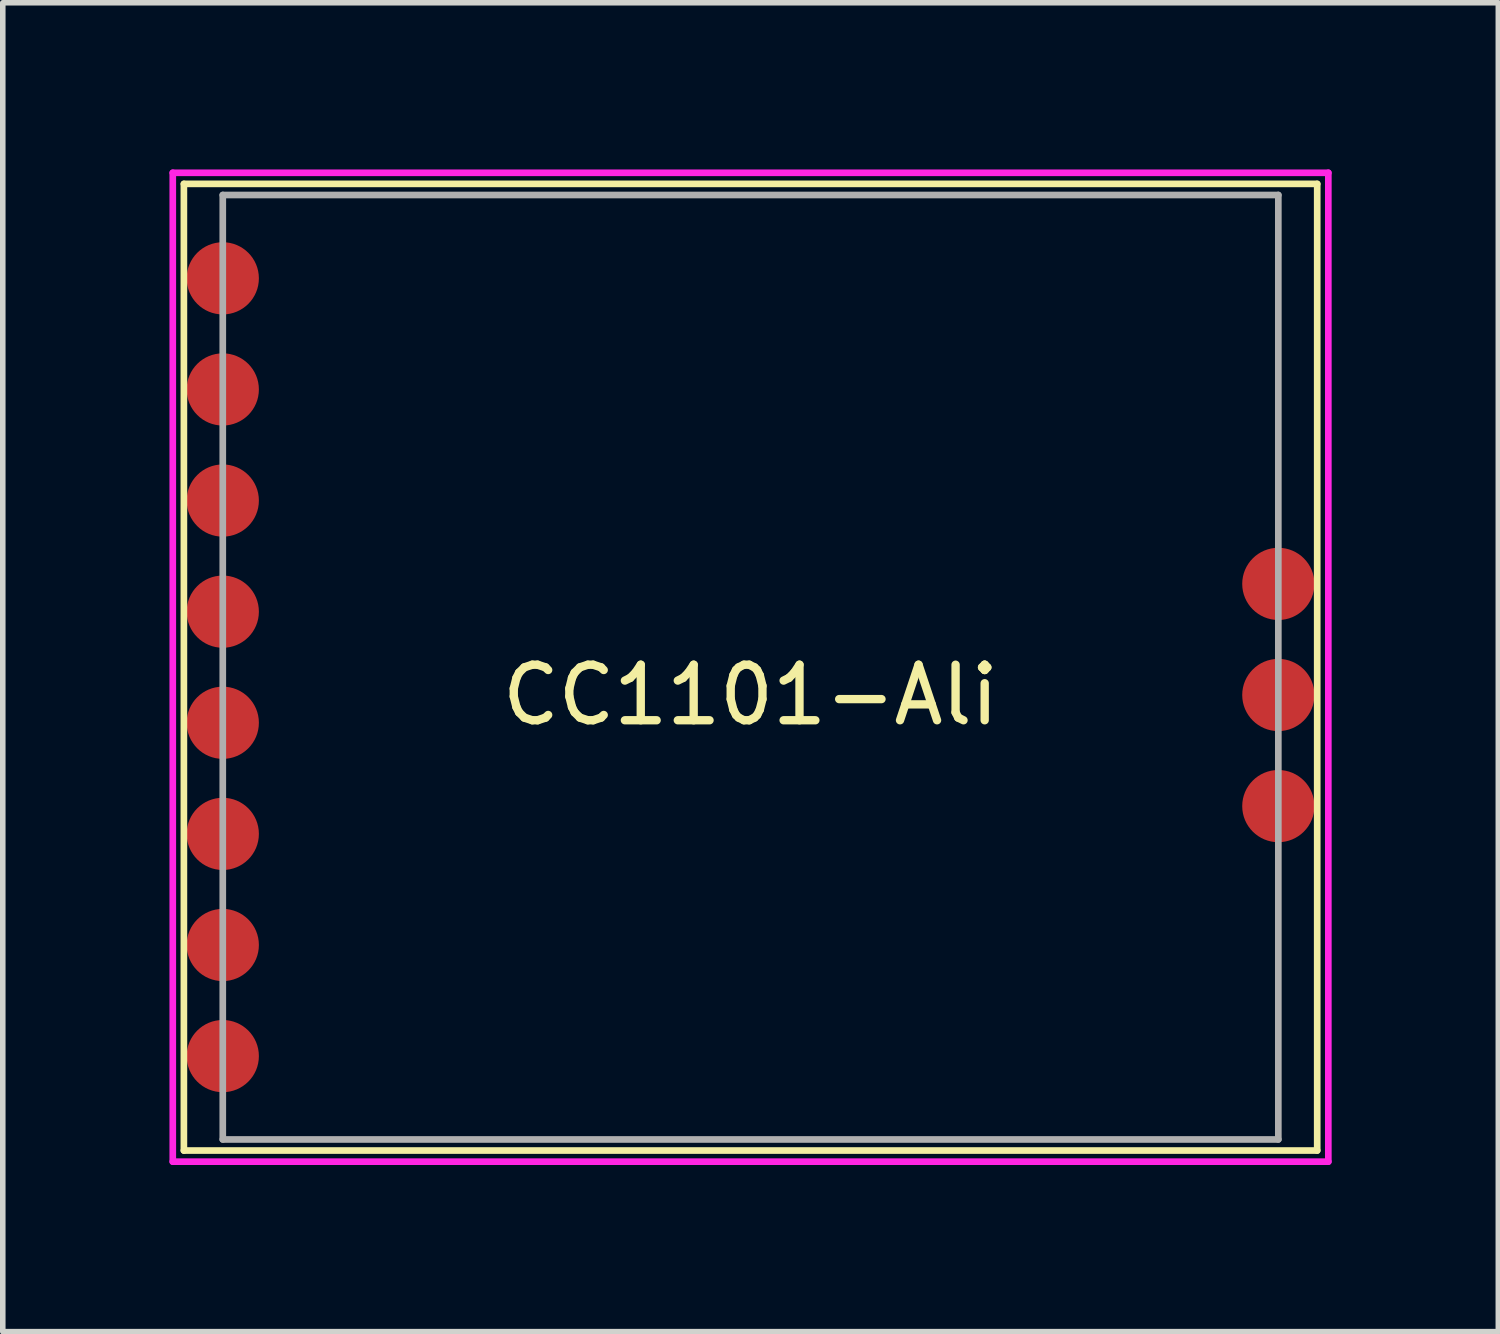
<source format=kicad_pcb>
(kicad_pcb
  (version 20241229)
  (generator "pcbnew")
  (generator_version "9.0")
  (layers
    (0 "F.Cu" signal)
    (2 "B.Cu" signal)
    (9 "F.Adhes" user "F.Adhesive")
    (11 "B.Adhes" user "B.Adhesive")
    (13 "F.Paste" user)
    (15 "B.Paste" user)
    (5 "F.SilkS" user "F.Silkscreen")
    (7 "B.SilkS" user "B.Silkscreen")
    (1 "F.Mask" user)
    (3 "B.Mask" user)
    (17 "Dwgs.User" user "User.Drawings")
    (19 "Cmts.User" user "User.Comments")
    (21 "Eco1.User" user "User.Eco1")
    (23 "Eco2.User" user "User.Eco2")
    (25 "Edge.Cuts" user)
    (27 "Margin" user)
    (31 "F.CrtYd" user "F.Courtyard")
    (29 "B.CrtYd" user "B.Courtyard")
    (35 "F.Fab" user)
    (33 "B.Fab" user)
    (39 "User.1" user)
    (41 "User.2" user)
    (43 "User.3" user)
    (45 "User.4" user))
  (footprint "CC1101-Ali"
    (layer "F.Cu")
    (at 10.46 8.96)
    (property "Reference" "CC1101-Ali" (at 0 0.5 0) (layer "F.SilkS") (effects (font (size 1 1) (thickness 0.15))))
    (attr through_hole)
    (fp_line (start -10.2 -8.7) (end 10.2 -8.7) (stroke (width 0.12) (type solid)) (layer "F.SilkS"))
    (fp_line (start -10.2 8.7) (end -10.2 -8.7) (stroke (width 0.12) (type solid)) (layer "F.SilkS"))
    (fp_line (start 10.2 -8.7) (end 10.2 8.7) (stroke (width 0.12) (type solid)) (layer "F.SilkS"))
    (fp_line (start 10.2 8.7) (end -10.2 8.7) (stroke (width 0.12) (type solid)) (layer "F.SilkS"))
    (fp_line (start -10.4 -8.9) (end 10.4 -8.9) (stroke (width 0.12) (type solid)) (layer "F.CrtYd"))
    (fp_line (start -10.4 8.9) (end -10.4 -8.9) (stroke (width 0.12) (type solid)) (layer "F.CrtYd"))
    (fp_line (start 10.4 -8.9) (end 10.4 8.9) (stroke (width 0.12) (type solid)) (layer "F.CrtYd"))
    (fp_line (start 10.4 8.9) (end -10.4 8.9) (stroke (width 0.12) (type solid)) (layer "F.CrtYd"))
    (fp_line (start -9.5 -8.5) (end 9.5 -8.5) (stroke (width 0.12) (type solid)) (layer "F.Fab"))
    (fp_line (start -9.5 8.5) (end -9.5 -8.5) (stroke (width 0.12) (type solid)) (layer "F.Fab"))
    (fp_line (start 9.5 -8.5) (end 9.5 8.5) (stroke (width 0.12) (type solid)) (layer "F.Fab"))
    (fp_line (start 9.5 8.5) (end -9.5 8.5) (stroke (width 0.12) (type solid)) (layer "F.Fab"))
    (pad "1" smd circle (at -9.5 -7) (size 1.3 1.3) (layers "F.Cu" "F.Mask" "F.Paste"))
    (pad "2" smd circle (at -9.5 -5) (size 1.3 1.3) (layers "F.Cu" "F.Mask" "F.Paste"))
    (pad "2" smd circle (at 9.5 -1.5) (size 1.3 1.3) (layers "F.Cu" "F.Mask" "F.Paste"))
    (pad "2" smd circle (at 9.5 2.5) (size 1.3 1.3) (layers "F.Cu" "F.Mask" "F.Paste"))
    (pad "3" smd circle (at -9.5 -3) (size 1.3 1.3) (layers "F.Cu" "F.Mask" "F.Paste"))
    (pad "4" smd circle (at -9.5 -1) (size 1.3 1.3) (layers "F.Cu" "F.Mask" "F.Paste"))
    (pad "5" smd circle (at -9.5 1) (size 1.3 1.3) (layers "F.Cu" "F.Mask" "F.Paste"))
    (pad "6" smd circle (at -9.5 3) (size 1.3 1.3) (layers "F.Cu" "F.Mask" "F.Paste"))
    (pad "7" smd circle (at -9.5 5) (size 1.3 1.3) (layers "F.Cu" "F.Mask" "F.Paste"))
    (pad "8" smd circle (at -9.5 7) (size 1.3 1.3) (layers "F.Cu" "F.Mask" "F.Paste"))
    (pad "9" smd circle (at 9.5 0.5) (size 1.3 1.3) (layers "F.Cu" "F.Mask" "F.Paste")))
  (gr_rect
    (start -3 -3)
    (end 23.92 20.92)
    (stroke (width 0.1) (type default))
    (fill no)
    (layer "Edge.Cuts")))
</source>
